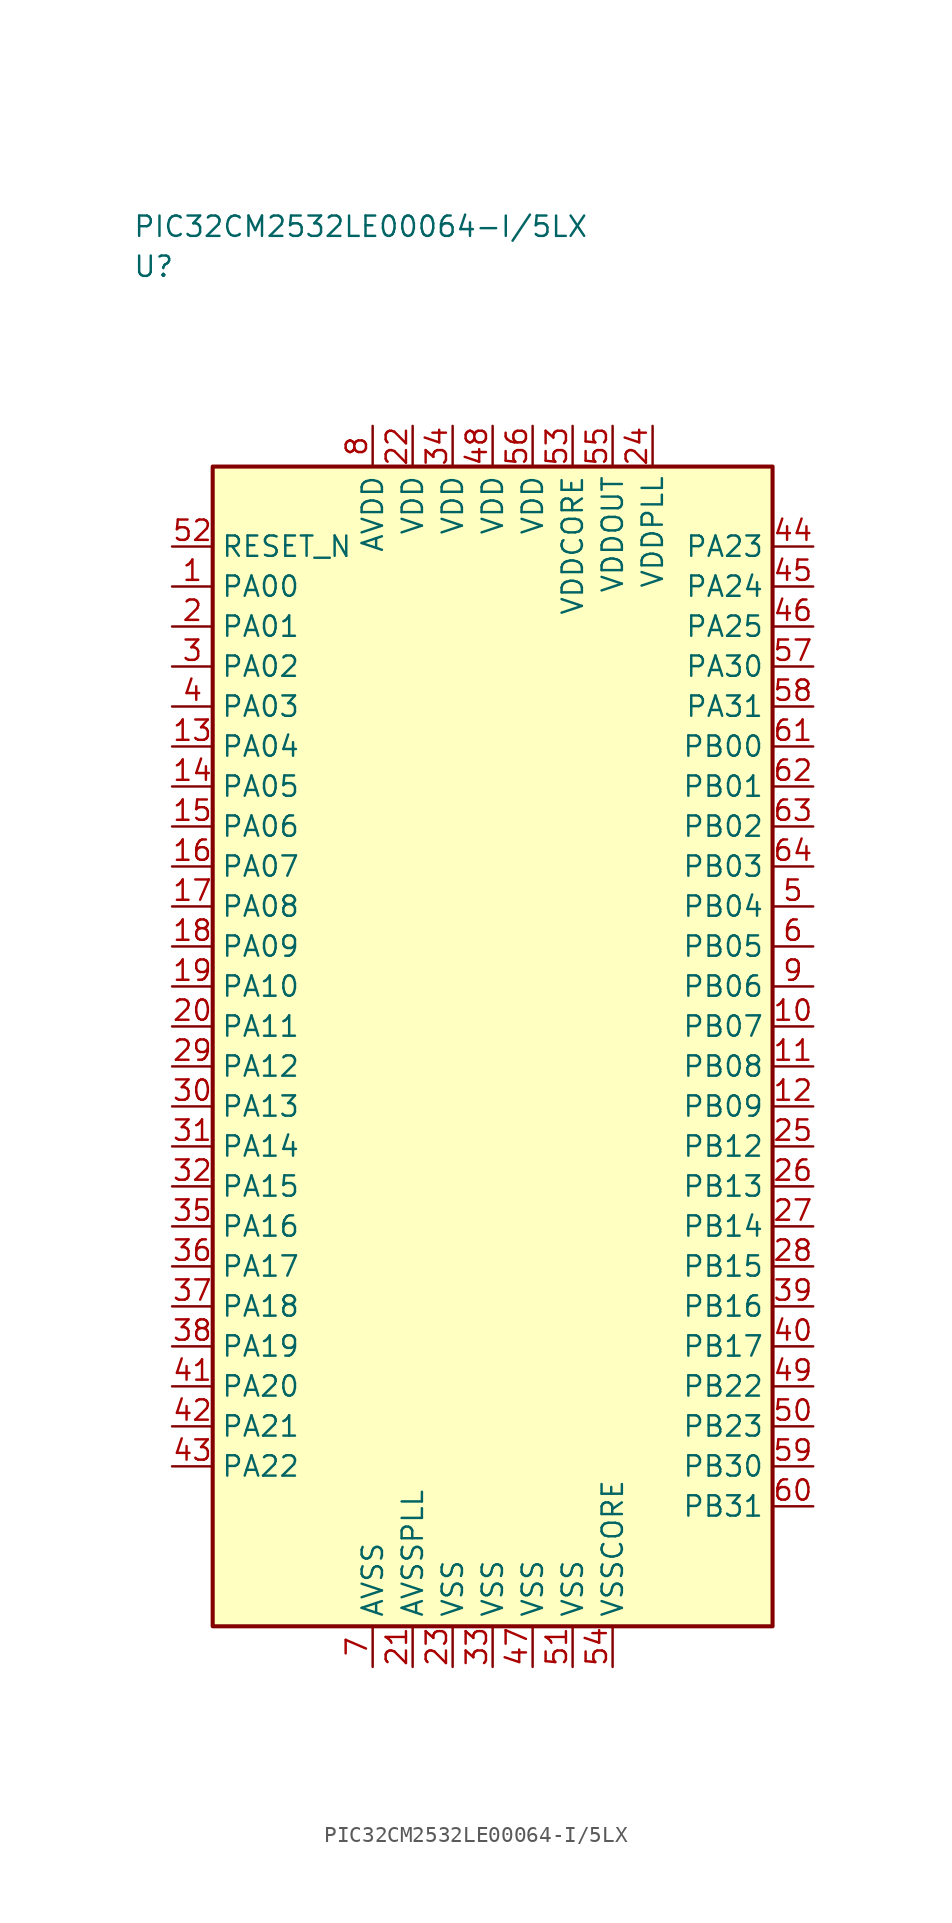
<source format=kicad_sym>
(kicad_symbol_lib
  (version 20241025)
  (generator "kicad_symbol_editor")
  (generator_version "8.0")
  (symbol "PIC32CM2532LE00064-I/5LX"
    (property "Reference" "U"
      (at -22.5 48.75 0)
      (effects (font (size 1.27 1.27)) (justify left)))
    (property "Value" "PIC32CM2532LE00064-I/5LX"
      (at -22.5 51.25 0)
      (effects (font (size 1.27 1.27)) (justify left)))
    (symbol "PIC32CM2532LE00064-I/5LX_0_1"
      (rectangle (start -17.5 36.25) (end 17.5 -36.25) (stroke (width 0.254) (type default)) (fill (type background))))
    (symbol "PIC32CM2532LE00064-I/5LX_1_1"
      (pin bidirectional line (at -20.04 28.75 0.0) (length 2.54) (name "PA00" (effects (font (size 1.27 1.27)))) (number "1" (effects (font (size 1.27 1.27)))))
      (pin bidirectional line (at -20.04 26.25 0.0) (length 2.54) (name "PA01" (effects (font (size 1.27 1.27)))) (number "2" (effects (font (size 1.27 1.27)))))
      (pin bidirectional line (at -20.04 23.75 0.0) (length 2.54) (name "PA02" (effects (font (size 1.27 1.27)))) (number "3" (effects (font (size 1.27 1.27)))))
      (pin bidirectional line (at -20.04 21.25 0.0) (length 2.54) (name "PA03" (effects (font (size 1.27 1.27)))) (number "4" (effects (font (size 1.27 1.27)))))
      (pin bidirectional line (at 20.04 8.75 180.0) (length 2.54) (name "PB04" (effects (font (size 1.27 1.27)))) (number "5" (effects (font (size 1.27 1.27)))))
      (pin bidirectional line (at 20.04 6.25 180.0) (length 2.54) (name "PB05" (effects (font (size 1.27 1.27)))) (number "6" (effects (font (size 1.27 1.27)))))
      (pin passive line (at -7.5 -38.79 90.0) (length 2.54) (name "AVSS" (effects (font (size 1.27 1.27)))) (number "7" (effects (font (size 1.27 1.27)))))
      (pin power_in line (at -7.5 38.79 270.0) (length 2.54) (name "AVDD" (effects (font (size 1.27 1.27)))) (number "8" (effects (font (size 1.27 1.27)))))
      (pin bidirectional line (at 20.04 3.75 180.0) (length 2.54) (name "PB06" (effects (font (size 1.27 1.27)))) (number "9" (effects (font (size 1.27 1.27)))))
      (pin bidirectional line (at 20.04 1.25 180.0) (length 2.54) (name "PB07" (effects (font (size 1.27 1.27)))) (number "10" (effects (font (size 1.27 1.27)))))
      (pin bidirectional line (at 20.04 -1.25 180.0) (length 2.54) (name "PB08" (effects (font (size 1.27 1.27)))) (number "11" (effects (font (size 1.27 1.27)))))
      (pin bidirectional line (at 20.04 -3.75 180.0) (length 2.54) (name "PB09" (effects (font (size 1.27 1.27)))) (number "12" (effects (font (size 1.27 1.27)))))
      (pin bidirectional line (at -20.04 18.75 0.0) (length 2.54) (name "PA04" (effects (font (size 1.27 1.27)))) (number "13" (effects (font (size 1.27 1.27)))))
      (pin bidirectional line (at -20.04 16.25 0.0) (length 2.54) (name "PA05" (effects (font (size 1.27 1.27)))) (number "14" (effects (font (size 1.27 1.27)))))
      (pin bidirectional line (at -20.04 13.75 0.0) (length 2.54) (name "PA06" (effects (font (size 1.27 1.27)))) (number "15" (effects (font (size 1.27 1.27)))))
      (pin bidirectional line (at -20.04 11.25 0.0) (length 2.54) (name "PA07" (effects (font (size 1.27 1.27)))) (number "16" (effects (font (size 1.27 1.27)))))
      (pin bidirectional line (at -20.04 8.75 0.0) (length 2.54) (name "PA08" (effects (font (size 1.27 1.27)))) (number "17" (effects (font (size 1.27 1.27)))))
      (pin bidirectional line (at -20.04 6.25 0.0) (length 2.54) (name "PA09" (effects (font (size 1.27 1.27)))) (number "18" (effects (font (size 1.27 1.27)))))
      (pin bidirectional line (at -20.04 3.75 0.0) (length 2.54) (name "PA10" (effects (font (size 1.27 1.27)))) (number "19" (effects (font (size 1.27 1.27)))))
      (pin bidirectional line (at -20.04 1.25 0.0) (length 2.54) (name "PA11" (effects (font (size 1.27 1.27)))) (number "20" (effects (font (size 1.27 1.27)))))
      (pin passive line (at -5.0 -38.79 90.0) (length 2.54) (name "AVSSPLL" (effects (font (size 1.27 1.27)))) (number "21" (effects (font (size 1.27 1.27)))))
      (pin power_in line (at -5.0 38.79 270.0) (length 2.54) (name "VDD" (effects (font (size 1.27 1.27)))) (number "22" (effects (font (size 1.27 1.27)))))
      (pin passive line (at -2.5 -38.79 90.0) (length 2.54) (name "VSS" (effects (font (size 1.27 1.27)))) (number "23" (effects (font (size 1.27 1.27)))))
      (pin power_in line (at 10.0 38.79 270.0) (length 2.54) (name "VDDPLL" (effects (font (size 1.27 1.27)))) (number "24" (effects (font (size 1.27 1.27)))))
      (pin bidirectional line (at 20.04 -6.25 180.0) (length 2.54) (name "PB12" (effects (font (size 1.27 1.27)))) (number "25" (effects (font (size 1.27 1.27)))))
      (pin bidirectional line (at 20.04 -8.75 180.0) (length 2.54) (name "PB13" (effects (font (size 1.27 1.27)))) (number "26" (effects (font (size 1.27 1.27)))))
      (pin bidirectional line (at 20.04 -11.25 180.0) (length 2.54) (name "PB14" (effects (font (size 1.27 1.27)))) (number "27" (effects (font (size 1.27 1.27)))))
      (pin bidirectional line (at 20.04 -13.75 180.0) (length 2.54) (name "PB15" (effects (font (size 1.27 1.27)))) (number "28" (effects (font (size 1.27 1.27)))))
      (pin bidirectional line (at -20.04 -1.25 0.0) (length 2.54) (name "PA12" (effects (font (size 1.27 1.27)))) (number "29" (effects (font (size 1.27 1.27)))))
      (pin bidirectional line (at -20.04 -3.75 0.0) (length 2.54) (name "PA13" (effects (font (size 1.27 1.27)))) (number "30" (effects (font (size 1.27 1.27)))))
      (pin bidirectional line (at -20.04 -6.25 0.0) (length 2.54) (name "PA14" (effects (font (size 1.27 1.27)))) (number "31" (effects (font (size 1.27 1.27)))))
      (pin bidirectional line (at -20.04 -8.75 0.0) (length 2.54) (name "PA15" (effects (font (size 1.27 1.27)))) (number "32" (effects (font (size 1.27 1.27)))))
      (pin passive line (at 0.0 -38.79 90.0) (length 2.54) (name "VSS" (effects (font (size 1.27 1.27)))) (number "33" (effects (font (size 1.27 1.27)))))
      (pin power_in line (at -2.5 38.79 270.0) (length 2.54) (name "VDD" (effects (font (size 1.27 1.27)))) (number "34" (effects (font (size 1.27 1.27)))))
      (pin bidirectional line (at -20.04 -11.25 0.0) (length 2.54) (name "PA16" (effects (font (size 1.27 1.27)))) (number "35" (effects (font (size 1.27 1.27)))))
      (pin bidirectional line (at -20.04 -13.75 0.0) (length 2.54) (name "PA17" (effects (font (size 1.27 1.27)))) (number "36" (effects (font (size 1.27 1.27)))))
      (pin bidirectional line (at -20.04 -16.25 0.0) (length 2.54) (name "PA18" (effects (font (size 1.27 1.27)))) (number "37" (effects (font (size 1.27 1.27)))))
      (pin bidirectional line (at -20.04 -18.75 0.0) (length 2.54) (name "PA19" (effects (font (size 1.27 1.27)))) (number "38" (effects (font (size 1.27 1.27)))))
      (pin bidirectional line (at 20.04 -16.25 180.0) (length 2.54) (name "PB16" (effects (font (size 1.27 1.27)))) (number "39" (effects (font (size 1.27 1.27)))))
      (pin bidirectional line (at 20.04 -18.75 180.0) (length 2.54) (name "PB17" (effects (font (size 1.27 1.27)))) (number "40" (effects (font (size 1.27 1.27)))))
      (pin bidirectional line (at -20.04 -21.25 0.0) (length 2.54) (name "PA20" (effects (font (size 1.27 1.27)))) (number "41" (effects (font (size 1.27 1.27)))))
      (pin bidirectional line (at -20.04 -23.75 0.0) (length 2.54) (name "PA21" (effects (font (size 1.27 1.27)))) (number "42" (effects (font (size 1.27 1.27)))))
      (pin bidirectional line (at -20.04 -26.25 0.0) (length 2.54) (name "PA22" (effects (font (size 1.27 1.27)))) (number "43" (effects (font (size 1.27 1.27)))))
      (pin bidirectional line (at 20.04 31.25 180.0) (length 2.54) (name "PA23" (effects (font (size 1.27 1.27)))) (number "44" (effects (font (size 1.27 1.27)))))
      (pin bidirectional line (at 20.04 28.75 180.0) (length 2.54) (name "PA24" (effects (font (size 1.27 1.27)))) (number "45" (effects (font (size 1.27 1.27)))))
      (pin bidirectional line (at 20.04 26.25 180.0) (length 2.54) (name "PA25" (effects (font (size 1.27 1.27)))) (number "46" (effects (font (size 1.27 1.27)))))
      (pin passive line (at 2.5 -38.79 90.0) (length 2.54) (name "VSS" (effects (font (size 1.27 1.27)))) (number "47" (effects (font (size 1.27 1.27)))))
      (pin power_in line (at 0.0 38.79 270.0) (length 2.54) (name "VDD" (effects (font (size 1.27 1.27)))) (number "48" (effects (font (size 1.27 1.27)))))
      (pin bidirectional line (at 20.04 -21.25 180.0) (length 2.54) (name "PB22" (effects (font (size 1.27 1.27)))) (number "49" (effects (font (size 1.27 1.27)))))
      (pin bidirectional line (at 20.04 -23.75 180.0) (length 2.54) (name "PB23" (effects (font (size 1.27 1.27)))) (number "50" (effects (font (size 1.27 1.27)))))
      (pin passive line (at 5.0 -38.79 90.0) (length 2.54) (name "VSS" (effects (font (size 1.27 1.27)))) (number "51" (effects (font (size 1.27 1.27)))))
      (pin input line (at -20.04 31.25 0.0) (length 2.54) (name "RESET_N" (effects (font (size 1.27 1.27)))) (number "52" (effects (font (size 1.27 1.27)))))
      (pin power_in line (at 5.0 38.79 270.0) (length 2.54) (name "VDDCORE" (effects (font (size 1.27 1.27)))) (number "53" (effects (font (size 1.27 1.27)))))
      (pin passive line (at 7.5 -38.79 90.0) (length 2.54) (name "VSSCORE" (effects (font (size 1.27 1.27)))) (number "54" (effects (font (size 1.27 1.27)))))
      (pin power_in line (at 7.5 38.79 270.0) (length 2.54) (name "VDDOUT" (effects (font (size 1.27 1.27)))) (number "55" (effects (font (size 1.27 1.27)))))
      (pin power_in line (at 2.5 38.79 270.0) (length 2.54) (name "VDD" (effects (font (size 1.27 1.27)))) (number "56" (effects (font (size 1.27 1.27)))))
      (pin bidirectional line (at 20.04 23.75 180.0) (length 2.54) (name "PA30" (effects (font (size 1.27 1.27)))) (number "57" (effects (font (size 1.27 1.27)))))
      (pin bidirectional line (at 20.04 21.25 180.0) (length 2.54) (name "PA31" (effects (font (size 1.27 1.27)))) (number "58" (effects (font (size 1.27 1.27)))))
      (pin bidirectional line (at 20.04 -26.25 180.0) (length 2.54) (name "PB30" (effects (font (size 1.27 1.27)))) (number "59" (effects (font (size 1.27 1.27)))))
      (pin bidirectional line (at 20.04 -28.75 180.0) (length 2.54) (name "PB31" (effects (font (size 1.27 1.27)))) (number "60" (effects (font (size 1.27 1.27)))))
      (pin bidirectional line (at 20.04 18.75 180.0) (length 2.54) (name "PB00" (effects (font (size 1.27 1.27)))) (number "61" (effects (font (size 1.27 1.27)))))
      (pin bidirectional line (at 20.04 16.25 180.0) (length 2.54) (name "PB01" (effects (font (size 1.27 1.27)))) (number "62" (effects (font (size 1.27 1.27)))))
      (pin bidirectional line (at 20.04 13.75 180.0) (length 2.54) (name "PB02" (effects (font (size 1.27 1.27)))) (number "63" (effects (font (size 1.27 1.27)))))
      (pin bidirectional line (at 20.04 11.25 180.0) (length 2.54) (name "PB03" (effects (font (size 1.27 1.27)))) (number "64" (effects (font (size 1.27 1.27))))))))
</source>
